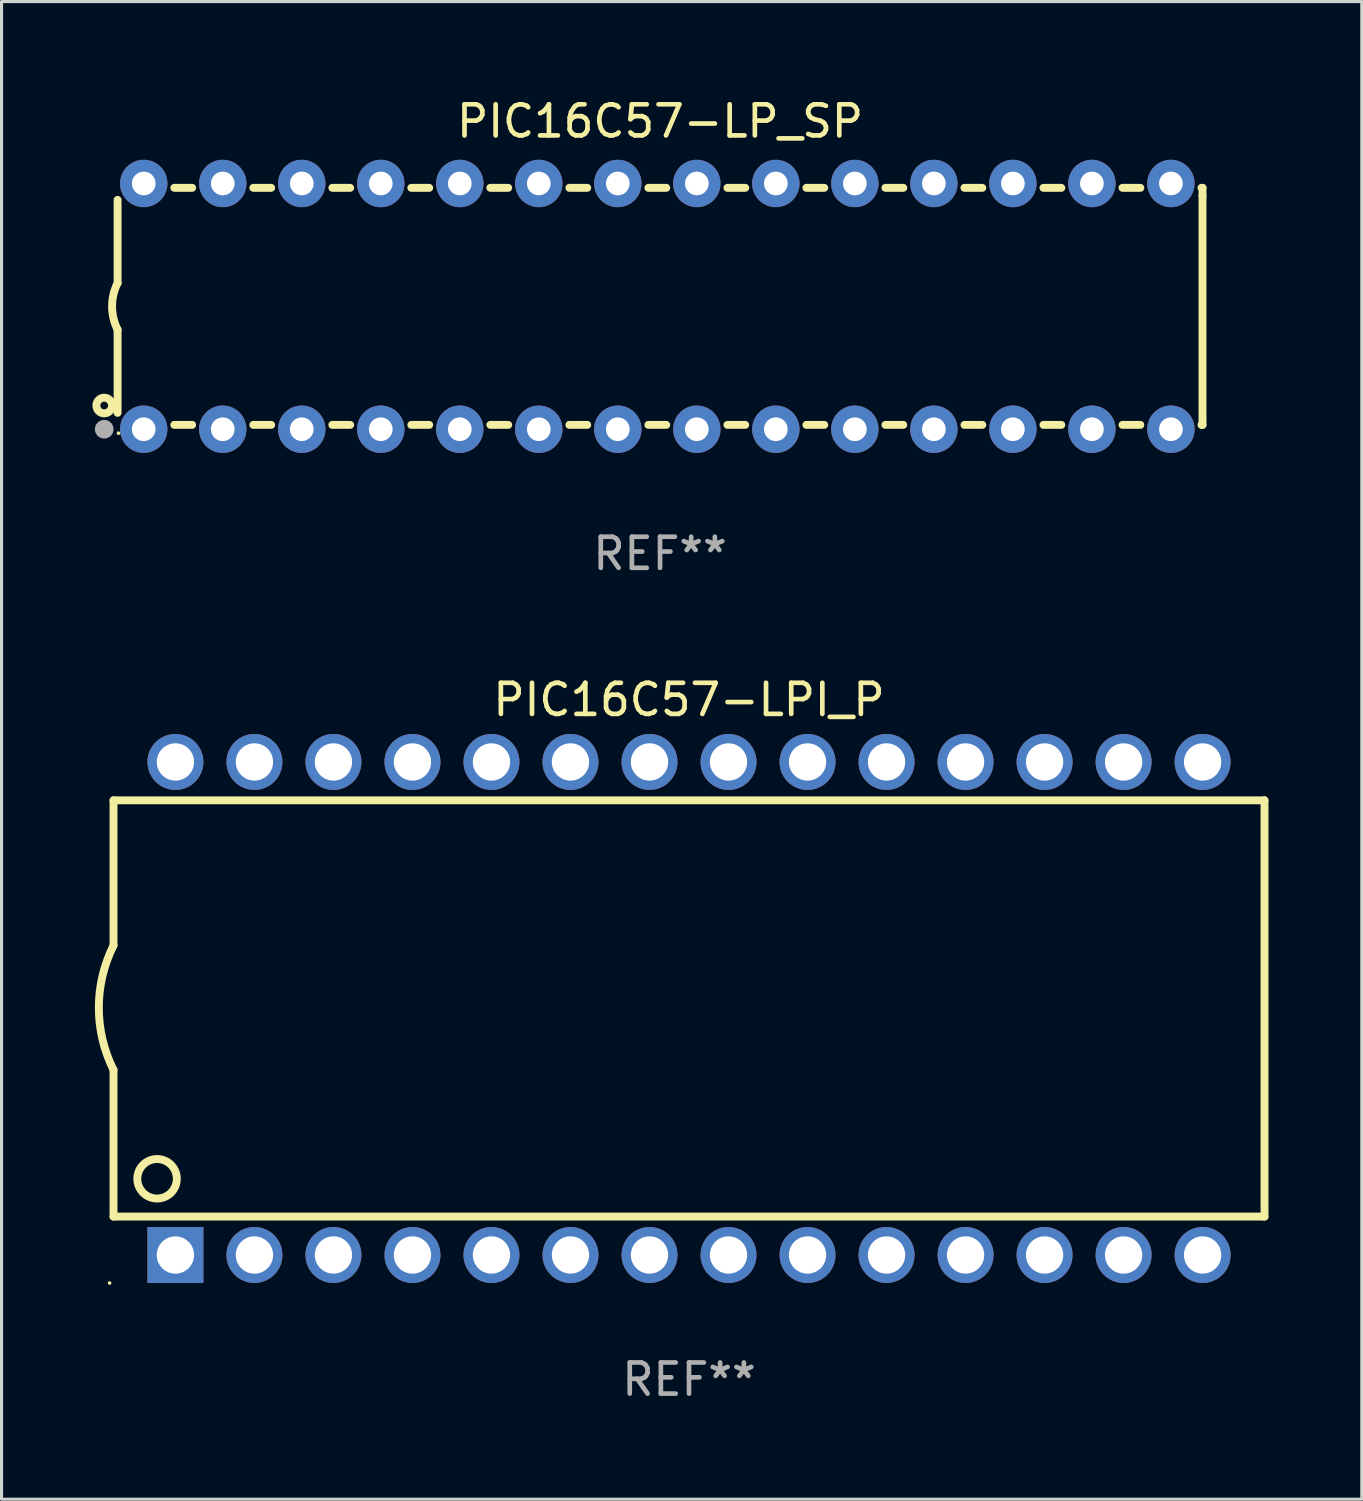
<source format=kicad_pcb>
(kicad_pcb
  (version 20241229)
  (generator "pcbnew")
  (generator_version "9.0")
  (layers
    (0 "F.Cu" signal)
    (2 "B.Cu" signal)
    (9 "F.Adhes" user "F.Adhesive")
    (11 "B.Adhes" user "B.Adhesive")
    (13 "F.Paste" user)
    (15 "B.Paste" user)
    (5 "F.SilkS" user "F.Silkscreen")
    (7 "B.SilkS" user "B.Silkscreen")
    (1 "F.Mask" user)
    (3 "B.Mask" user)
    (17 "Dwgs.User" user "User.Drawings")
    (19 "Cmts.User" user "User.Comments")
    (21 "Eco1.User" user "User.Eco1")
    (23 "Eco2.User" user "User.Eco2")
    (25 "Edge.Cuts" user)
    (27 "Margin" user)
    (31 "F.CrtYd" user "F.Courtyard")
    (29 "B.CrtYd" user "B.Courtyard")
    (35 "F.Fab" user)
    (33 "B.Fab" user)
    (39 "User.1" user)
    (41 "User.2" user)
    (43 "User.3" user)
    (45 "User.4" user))
  (footprint "PIC16C57-LP_SP"
    (layer "F.Cu")
    (at 18.168 6.798)
    (property "Reference" "PIC16C57-LP_SP" (at 0 -5.95 0) (layer "F.SilkS") (effects (font (size 1 1) (thickness 0.15))))
    (attr through_hole)
    (fp_line (start -17.438 0.75) (end -17.438 3.423) (stroke (width 0.254) (type solid)) (layer "F.SilkS"))
    (fp_line (start -17.438 -3.423) (end -17.438 -0.75) (stroke (width 0.254) (type solid)) (layer "F.SilkS"))
    (fp_line (start -15.615 3.81) (end -15.041 3.81) (stroke (width 0.254) (type solid)) (layer "F.SilkS"))
    (fp_line (start -15.041 -3.81) (end -15.614 -3.81) (stroke (width 0.254) (type solid)) (layer "F.SilkS"))
    (fp_line (start -13.075 3.81) (end -12.501 3.81) (stroke (width 0.254) (type solid)) (layer "F.SilkS"))
    (fp_line (start -12.501 -3.81) (end -13.074 -3.81) (stroke (width 0.254) (type solid)) (layer "F.SilkS"))
    (fp_line (start -10.535 3.81) (end -9.961 3.81) (stroke (width 0.254) (type solid)) (layer "F.SilkS"))
    (fp_line (start -9.961 -3.81) (end -10.534 -3.81) (stroke (width 0.254) (type solid)) (layer "F.SilkS"))
    (fp_line (start -7.995 3.81) (end -7.421 3.81) (stroke (width 0.254) (type solid)) (layer "F.SilkS"))
    (fp_line (start -7.421 -3.81) (end -7.995 -3.81) (stroke (width 0.254) (type solid)) (layer "F.SilkS"))
    (fp_line (start -5.455 3.81) (end -4.881 3.81) (stroke (width 0.254) (type solid)) (layer "F.SilkS"))
    (fp_line (start -4.881 -3.81) (end -5.455 -3.81) (stroke (width 0.254) (type solid)) (layer "F.SilkS"))
    (fp_line (start -2.915 3.81) (end -2.341 3.81) (stroke (width 0.254) (type solid)) (layer "F.SilkS"))
    (fp_line (start -2.341 -3.81) (end -2.915 -3.81) (stroke (width 0.254) (type solid)) (layer "F.SilkS"))
    (fp_line (start -0.375 3.81) (end 0.199 3.81) (stroke (width 0.254) (type solid)) (layer "F.SilkS"))
    (fp_line (start 0.199 -3.81) (end -0.375 -3.81) (stroke (width 0.254) (type solid)) (layer "F.SilkS"))
    (fp_line (start 2.165 3.81) (end 2.739 3.81) (stroke (width 0.254) (type solid)) (layer "F.SilkS"))
    (fp_line (start 2.739 -3.81) (end 2.165 -3.81) (stroke (width 0.254) (type solid)) (layer "F.SilkS"))
    (fp_line (start 4.705 3.81) (end 5.279 3.81) (stroke (width 0.254) (type solid)) (layer "F.SilkS"))
    (fp_line (start 5.279 -3.81) (end 4.705 -3.81) (stroke (width 0.254) (type solid)) (layer "F.SilkS"))
    (fp_line (start 7.245 3.81) (end 7.819 3.81) (stroke (width 0.254) (type solid)) (layer "F.SilkS"))
    (fp_line (start 7.819 -3.81) (end 7.245 -3.81) (stroke (width 0.254) (type solid)) (layer "F.SilkS"))
    (fp_line (start 9.785 3.81) (end 10.359 3.81) (stroke (width 0.254) (type solid)) (layer "F.SilkS"))
    (fp_line (start 10.359 -3.81) (end 9.785 -3.81) (stroke (width 0.254) (type solid)) (layer "F.SilkS"))
    (fp_line (start 12.325 3.81) (end 12.899 3.81) (stroke (width 0.254) (type solid)) (layer "F.SilkS"))
    (fp_line (start 12.899 -3.81) (end 12.325 -3.81) (stroke (width 0.254) (type solid)) (layer "F.SilkS"))
    (fp_line (start 14.865 3.81) (end 15.439 3.81) (stroke (width 0.254) (type solid)) (layer "F.SilkS"))
    (fp_line (start 15.439 -3.81) (end 14.865 -3.81) (stroke (width 0.254) (type solid)) (layer "F.SilkS"))
    (fp_line (start 17.405 3.81) (end 17.438 3.81) (stroke (width 0.254) (type solid)) (layer "F.SilkS"))
    (fp_line (start 17.438 -3.81) (end 17.405 -3.81) (stroke (width 0.254) (type solid)) (layer "F.SilkS"))
    (fp_line (start 17.438 -3.556) (end 17.438 -3.81) (stroke (width 0.254) (type solid)) (layer "F.SilkS"))
    (fp_line (start 17.438 3.81) (end 17.438 -3.556) (stroke (width 0.254) (type solid)) (layer "F.SilkS"))
    (fp_arc (start -17.437986 0.749657) (mid -17.614887 -0.000024) (end -17.437783 -0.749657) (stroke (width 0.254001) (type solid)) (layer "F.SilkS"))
    (fp_circle (center -17.868 3.188) (end -17.743 3.188) (stroke (width 0.254) (type solid)) (fill no) (layer "F.SilkS"))
    (fp_circle (center -17.411 4.077) (end -17.381 4.077) (stroke (width 0.06) (type solid)) (fill no) (layer "F.SilkS"))
    (fp_circle (center -17.868 3.95) (end -17.718 3.95) (stroke (width 0.3) (type solid)) (fill no) (layer "F.Fab"))
    (fp_text user "REF**" (at 0 7.95 0) (layer "F.Fab") (effects (font (size 1 1) (thickness 0.15))))
    (pad "1" thru_hole circle (at -16.598 3.95) (size 1.524 1.524) (drill 0.762) (layers "*.Cu" "*.Mask"))
    (pad "2" thru_hole circle (at -14.058 3.95) (size 1.524 1.524) (drill 0.762) (layers "*.Cu" "*.Mask"))
    (pad "3" thru_hole circle (at -11.518 3.95) (size 1.524 1.524) (drill 0.762) (layers "*.Cu" "*.Mask"))
    (pad "4" thru_hole circle (at -8.978 3.95) (size 1.524 1.524) (drill 0.762) (layers "*.Cu" "*.Mask"))
    (pad "5" thru_hole circle (at -6.438 3.95) (size 1.524 1.524) (drill 0.762) (layers "*.Cu" "*.Mask"))
    (pad "6" thru_hole circle (at -3.898 3.95) (size 1.524 1.524) (drill 0.762) (layers "*.Cu" "*.Mask"))
    (pad "7" thru_hole circle (at -1.358 3.95) (size 1.524 1.524) (drill 0.762) (layers "*.Cu" "*.Mask"))
    (pad "8" thru_hole circle (at 1.182 3.95) (size 1.524 1.524) (drill 0.762) (layers "*.Cu" "*.Mask"))
    (pad "9" thru_hole circle (at 3.722 3.95) (size 1.524 1.524) (drill 0.762) (layers "*.Cu" "*.Mask"))
    (pad "10" thru_hole circle (at 6.262 3.95) (size 1.524 1.524) (drill 0.762) (layers "*.Cu" "*.Mask"))
    (pad "11" thru_hole circle (at 8.802 3.95) (size 1.524 1.524) (drill 0.762) (layers "*.Cu" "*.Mask"))
    (pad "12" thru_hole circle (at 11.342 3.95) (size 1.524 1.524) (drill 0.762) (layers "*.Cu" "*.Mask"))
    (pad "13" thru_hole circle (at 13.882 3.95) (size 1.524 1.524) (drill 0.762) (layers "*.Cu" "*.Mask"))
    (pad "14" thru_hole circle (at 16.422 3.95) (size 1.524 1.524) (drill 0.762) (layers "*.Cu" "*.Mask"))
    (pad "15" thru_hole circle (at 16.422 -3.95) (size 1.524 1.524) (drill 0.762) (layers "*.Cu" "*.Mask"))
    (pad "16" thru_hole circle (at 13.882 -3.95) (size 1.524 1.524) (drill 0.762) (layers "*.Cu" "*.Mask"))
    (pad "17" thru_hole circle (at 11.342 -3.95) (size 1.524 1.524) (drill 0.762) (layers "*.Cu" "*.Mask"))
    (pad "18" thru_hole circle (at 8.802 -3.95) (size 1.524 1.524) (drill 0.762) (layers "*.Cu" "*.Mask"))
    (pad "19" thru_hole circle (at 6.262 -3.95) (size 1.524 1.524) (drill 0.762) (layers "*.Cu" "*.Mask"))
    (pad "20" thru_hole circle (at 3.722 -3.95) (size 1.524 1.524) (drill 0.762) (layers "*.Cu" "*.Mask"))
    (pad "21" thru_hole circle (at 1.182 -3.95) (size 1.524 1.524) (drill 0.762) (layers "*.Cu" "*.Mask"))
    (pad "22" thru_hole circle (at -1.358 -3.95) (size 1.524 1.524) (drill 0.762) (layers "*.Cu" "*.Mask"))
    (pad "23" thru_hole circle (at -3.898 -3.95) (size 1.524 1.524) (drill 0.762) (layers "*.Cu" "*.Mask"))
    (pad "24" thru_hole circle (at -6.438 -3.95) (size 1.524 1.524) (drill 0.762) (layers "*.Cu" "*.Mask"))
    (pad "25" thru_hole circle (at -8.978 -3.95) (size 1.524 1.524) (drill 0.762) (layers "*.Cu" "*.Mask"))
    (pad "26" thru_hole circle (at -11.517 -3.95) (size 1.524 1.524) (drill 0.762) (layers "*.Cu" "*.Mask"))
    (pad "27" thru_hole circle (at -14.057 -3.95) (size 1.524 1.524) (drill 0.762) (layers "*.Cu" "*.Mask"))
    (pad "28" thru_hole circle (at -16.597 -3.95) (size 1.524 1.524) (drill 0.762) (layers "*.Cu" "*.Mask")))
  (footprint "PIC16C57-LPI_P"
    (layer "F.Cu")
    (at 19.099 29.369)
    (property "Reference" "PIC16C57-LPI_P" (at 0 -9.925 0) (layer "F.SilkS") (effects (font (size 1 1) (thickness 0.15))))
    (attr through_hole)
    (fp_line (start -18.5 -6.692) (end -18.5 -2.026) (stroke (width 0.254) (type solid)) (layer "F.SilkS"))
    (fp_line (start -18.5 6.689) (end -18.5 1.974) (stroke (width 0.254) (type solid)) (layer "F.SilkS"))
    (fp_line (start -18.5 6.689) (end 18.5 6.689) (stroke (width 0.254) (type solid)) (layer "F.SilkS"))
    (fp_line (start 18.5 -6.692) (end -18.5 -6.692) (stroke (width 0.254) (type solid)) (layer "F.SilkS"))
    (fp_line (start 18.5 6.689) (end 18.5 -6.692) (stroke (width 0.254) (type solid)) (layer "F.SilkS"))
    (fp_arc (start -18.500051 1.974346) (mid -18.972187 -0.025654) (end -18.500051 -2.025654) (stroke (width 0.254001) (type solid)) (layer "F.SilkS"))
    (fp_circle (center -18.627 8.824) (end -18.597 8.824) (stroke (width 0.06) (type solid)) (fill no) (layer "F.SilkS"))
    (fp_circle (center -17.1 5.474) (end -16.465 5.474) (stroke (width 0.254) (type solid)) (fill no) (layer "F.SilkS"))
    (fp_text user "REF**" (at 0 11.925 0) (layer "F.Fab") (effects (font (size 1 1) (thickness 0.15))))
    (pad "1" thru_hole rect (at -16.51 7.925) (size 1.8 1.8) (drill 1.2) (layers "*.Cu" "*.Mask"))
    (pad "2" thru_hole circle (at -13.97 7.924) (size 1.8 1.8) (drill 1.2) (layers "*.Cu" "*.Mask"))
    (pad "3" thru_hole circle (at -11.43 7.924) (size 1.8 1.8) (drill 1.2) (layers "*.Cu" "*.Mask"))
    (pad "4" thru_hole circle (at -8.89 7.924) (size 1.8 1.8) (drill 1.2) (layers "*.Cu" "*.Mask"))
    (pad "5" thru_hole circle (at -6.35 7.924) (size 1.8 1.8) (drill 1.2) (layers "*.Cu" "*.Mask"))
    (pad "6" thru_hole circle (at -3.81 7.924) (size 1.8 1.8) (drill 1.2) (layers "*.Cu" "*.Mask"))
    (pad "7" thru_hole circle (at -1.27 7.924) (size 1.8 1.8) (drill 1.2) (layers "*.Cu" "*.Mask"))
    (pad "8" thru_hole circle (at 1.27 7.924) (size 1.8 1.8) (drill 1.2) (layers "*.Cu" "*.Mask"))
    (pad "9" thru_hole circle (at 3.81 7.924) (size 1.8 1.8) (drill 1.2) (layers "*.Cu" "*.Mask"))
    (pad "10" thru_hole circle (at 6.35 7.924) (size 1.8 1.8) (drill 1.2) (layers "*.Cu" "*.Mask"))
    (pad "11" thru_hole circle (at 8.89 7.924) (size 1.8 1.8) (drill 1.2) (layers "*.Cu" "*.Mask"))
    (pad "12" thru_hole circle (at 11.43 7.924) (size 1.8 1.8) (drill 1.2) (layers "*.Cu" "*.Mask"))
    (pad "13" thru_hole circle (at 13.97 7.924) (size 1.8 1.8) (drill 1.2) (layers "*.Cu" "*.Mask"))
    (pad "14" thru_hole circle (at 16.51 7.924) (size 1.8 1.8) (drill 1.2) (layers "*.Cu" "*.Mask"))
    (pad "15" thru_hole circle (at 16.51 -7.925) (size 1.8 1.8) (drill 1.2) (layers "*.Cu" "*.Mask"))
    (pad "16" thru_hole circle (at 13.97 -7.925) (size 1.8 1.8) (drill 1.2) (layers "*.Cu" "*.Mask"))
    (pad "17" thru_hole circle (at 11.43 -7.925) (size 1.8 1.8) (drill 1.2) (layers "*.Cu" "*.Mask"))
    (pad "18" thru_hole circle (at 8.89 -7.925) (size 1.8 1.8) (drill 1.2) (layers "*.Cu" "*.Mask"))
    (pad "19" thru_hole circle (at 6.35 -7.925) (size 1.8 1.8) (drill 1.2) (layers "*.Cu" "*.Mask"))
    (pad "20" thru_hole circle (at 3.81 -7.925) (size 1.8 1.8) (drill 1.2) (layers "*.Cu" "*.Mask"))
    (pad "21" thru_hole circle (at 1.27 -7.925) (size 1.8 1.8) (drill 1.2) (layers "*.Cu" "*.Mask"))
    (pad "22" thru_hole circle (at -1.27 -7.925) (size 1.8 1.8) (drill 1.2) (layers "*.Cu" "*.Mask"))
    (pad "23" thru_hole circle (at -3.81 -7.925) (size 1.8 1.8) (drill 1.2) (layers "*.Cu" "*.Mask"))
    (pad "24" thru_hole circle (at -6.35 -7.925) (size 1.8 1.8) (drill 1.2) (layers "*.Cu" "*.Mask"))
    (pad "25" thru_hole circle (at -8.89 -7.925) (size 1.8 1.8) (drill 1.2) (layers "*.Cu" "*.Mask"))
    (pad "26" thru_hole circle (at -11.43 -7.925) (size 1.8 1.8) (drill 1.2) (layers "*.Cu" "*.Mask"))
    (pad "27" thru_hole circle (at -13.97 -7.925) (size 1.8 1.8) (drill 1.2) (layers "*.Cu" "*.Mask"))
    (pad "28" thru_hole circle (at -16.51 -7.925) (size 1.8 1.8) (drill 1.2) (layers "*.Cu" "*.Mask")))
  (gr_rect
    (start -3 -3)
    (end 40.726 45.143)
    (stroke (width 0.1) (type default))
    (fill no)
    (layer "Edge.Cuts")))
</source>
